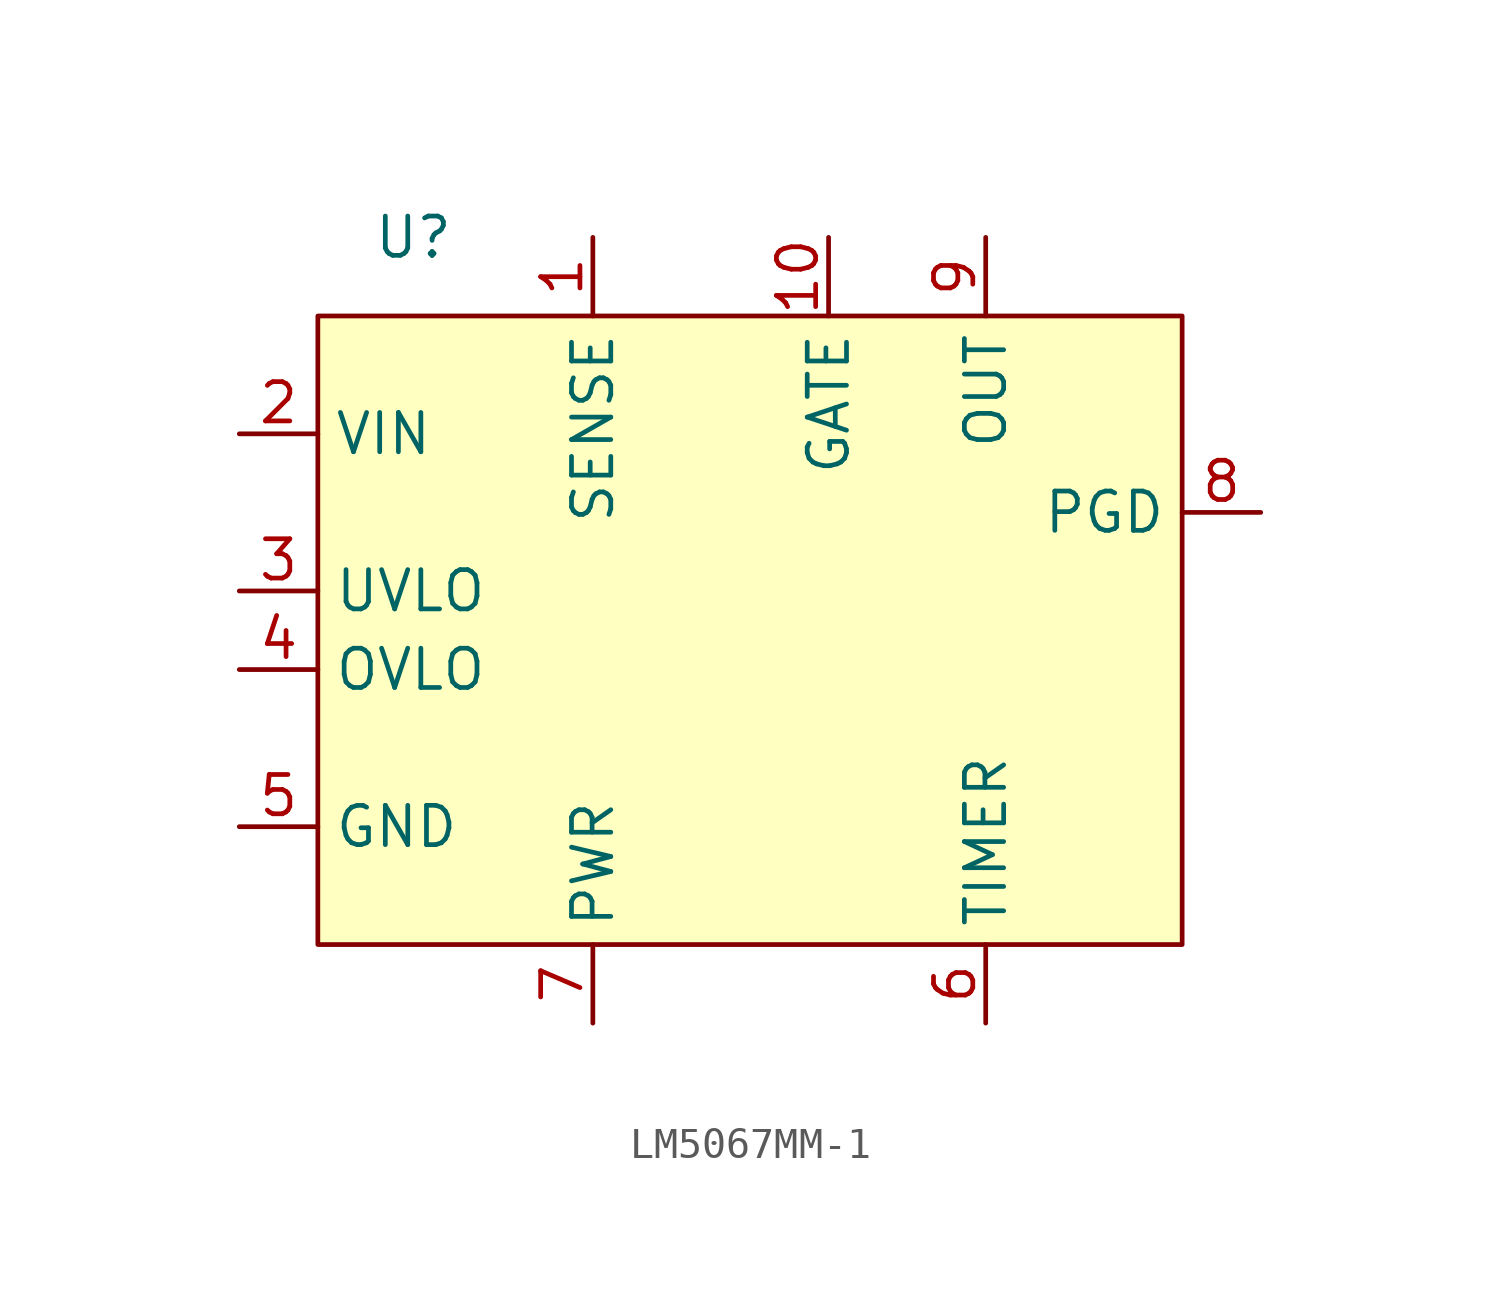
<source format=kicad_sym>
(kicad_symbol_lib
  (version 20231120)
  (generator "kicad_symbol_editor")
  (generator_version "8.0")
  (symbol "LM5067MM-1"
    (property "Reference" "U"
      (at -12.192 12.7 0)
      (effects (font (size 1.27 1.27)) (justify left)))
    (symbol "LM5067MM-1_1_1"
      (rectangle (start -13.97 10.16) (end 13.97 -10.16) (stroke (width 0) (type default)) (fill (type background)))
      (pin input line (at -5.08 12.7 270) (length 2.54) (name "SENSE" (effects (font (size 1.27 1.27)))) (number "1" (effects (font (size 1.27 1.27)))))
      (pin output line (at 2.54 12.7 270) (length 2.54) (name "GATE" (effects (font (size 1.27 1.27)))) (number "10" (effects (font (size 1.27 1.27)))))
      (pin power_in line (at -16.51 6.35 0) (length 2.54) (name "VIN" (effects (font (size 1.27 1.27)))) (number "2" (effects (font (size 1.27 1.27)))))
      (pin input line (at -16.51 1.27 0) (length 2.54) (name "UVLO" (effects (font (size 1.27 1.27)))) (number "3" (effects (font (size 1.27 1.27)))))
      (pin input line (at -16.51 -1.27 0) (length 2.54) (name "OVLO" (effects (font (size 1.27 1.27)))) (number "4" (effects (font (size 1.27 1.27)))))
      (pin power_in line (at -16.51 -6.35 0) (length 2.54) (name "GND" (effects (font (size 1.27 1.27)))) (number "5" (effects (font (size 1.27 1.27)))))
      (pin passive line (at 7.62 -12.7 90) (length 2.54) (name "TIMER" (effects (font (size 1.27 1.27)))) (number "6" (effects (font (size 1.27 1.27)))))
      (pin passive line (at -5.08 -12.7 90) (length 2.54) (name "PWR" (effects (font (size 1.27 1.27)))) (number "7" (effects (font (size 1.27 1.27)))))
      (pin output line (at 16.51 3.81 180) (length 2.54) (name "PGD" (effects (font (size 1.27 1.27)))) (number "8" (effects (font (size 1.27 1.27)))))
      (pin input line (at 7.62 12.7 270) (length 2.54) (name "OUT" (effects (font (size 1.27 1.27)))) (number "9" (effects (font (size 1.27 1.27))))))))
</source>
